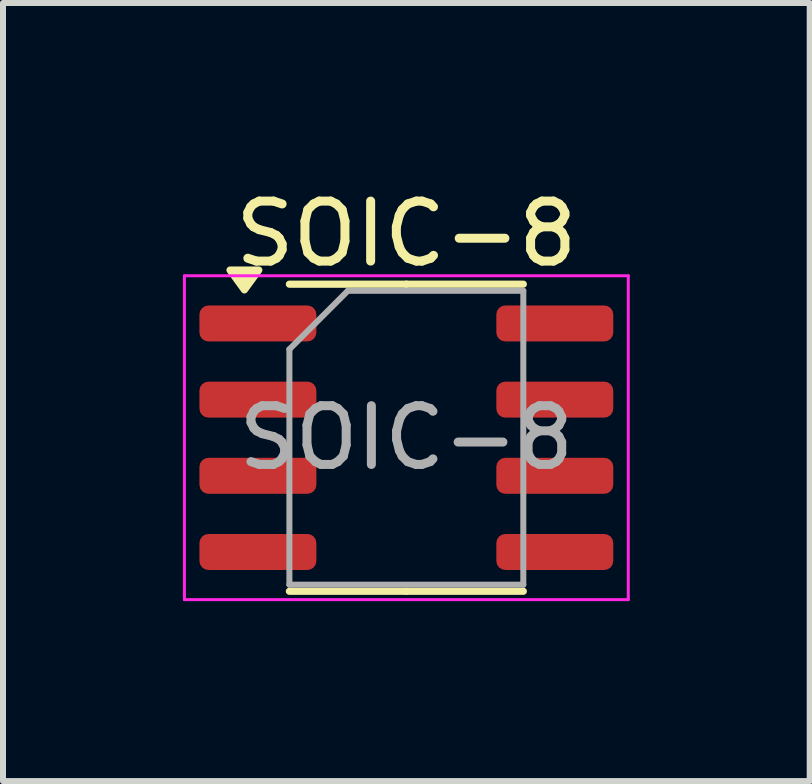
<source format=kicad_pcb>
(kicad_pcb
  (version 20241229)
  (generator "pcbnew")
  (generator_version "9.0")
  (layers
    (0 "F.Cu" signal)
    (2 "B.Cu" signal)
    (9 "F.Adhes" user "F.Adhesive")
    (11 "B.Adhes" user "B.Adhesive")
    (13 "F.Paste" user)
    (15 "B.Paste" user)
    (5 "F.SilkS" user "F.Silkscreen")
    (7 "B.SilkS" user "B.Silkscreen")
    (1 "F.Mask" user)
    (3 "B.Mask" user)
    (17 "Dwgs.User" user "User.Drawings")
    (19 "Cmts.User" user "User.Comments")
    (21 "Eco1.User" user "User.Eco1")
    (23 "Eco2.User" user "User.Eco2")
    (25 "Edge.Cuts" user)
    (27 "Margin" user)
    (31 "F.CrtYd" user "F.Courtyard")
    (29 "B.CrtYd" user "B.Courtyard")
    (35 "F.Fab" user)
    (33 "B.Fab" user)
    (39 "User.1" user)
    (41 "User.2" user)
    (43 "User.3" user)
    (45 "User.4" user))
  (footprint "SOIC-8"
    (layer "F.Cu")
    (at 3.725 4.248)
    (property "Reference" "SOIC-8" (at 0 -3.4 0) (layer "F.SilkS") (effects (font (size 1 1) (thickness 0.15))))
    (attr smd)
    (fp_line (start 0 -2.56) (end -1.95 -2.56) (stroke (width 0.12) (type solid)) (layer "F.SilkS"))
    (fp_line (start 0 -2.56) (end 1.95 -2.56) (stroke (width 0.12) (type solid)) (layer "F.SilkS"))
    (fp_line (start 0 2.56) (end -1.95 2.56) (stroke (width 0.12) (type solid)) (layer "F.SilkS"))
    (fp_line (start 0 2.56) (end 1.95 2.56) (stroke (width 0.12) (type solid)) (layer "F.SilkS"))
    (fp_poly (pts (xy -2.7 -2.465) (xy -2.94 -2.795) (xy -2.46 -2.795) (xy -2.7 -2.465)) (stroke (width 0.12) (type solid)) (fill yes) (layer "F.SilkS"))
    (fp_line (start -3.7 -2.7) (end -3.7 2.7) (stroke (width 0.05) (type solid)) (layer "F.CrtYd"))
    (fp_line (start -3.7 2.7) (end 3.7 2.7) (stroke (width 0.05) (type solid)) (layer "F.CrtYd"))
    (fp_line (start 3.7 -2.7) (end -3.7 -2.7) (stroke (width 0.05) (type solid)) (layer "F.CrtYd"))
    (fp_line (start 3.7 2.7) (end 3.7 -2.7) (stroke (width 0.05) (type solid)) (layer "F.CrtYd"))
    (fp_line (start -1.95 -1.475) (end -0.975 -2.45) (stroke (width 0.1) (type solid)) (layer "F.Fab"))
    (fp_line (start -1.95 2.45) (end -1.95 -1.475) (stroke (width 0.1) (type solid)) (layer "F.Fab"))
    (fp_line (start -0.975 -2.45) (end 1.95 -2.45) (stroke (width 0.1) (type solid)) (layer "F.Fab"))
    (fp_line (start 1.95 -2.45) (end 1.95 2.45) (stroke (width 0.1) (type solid)) (layer "F.Fab"))
    (fp_line (start 1.95 2.45) (end -1.95 2.45) (stroke (width 0.1) (type solid)) (layer "F.Fab"))
    (fp_text user "${REFERENCE}" (at 0 0 0) (layer "F.Fab") (effects (font (size 0.98 0.98) (thickness 0.15))))
    (pad "1" smd roundrect (at -2.475 -1.905) (size 1.95 0.6) (layers "F.Cu" "F.Mask" "F.Paste") (roundrect_rratio 0.25))
    (pad "2" smd roundrect (at -2.475 -0.635) (size 1.95 0.6) (layers "F.Cu" "F.Mask" "F.Paste") (roundrect_rratio 0.25))
    (pad "3" smd roundrect (at -2.475 0.635) (size 1.95 0.6) (layers "F.Cu" "F.Mask" "F.Paste") (roundrect_rratio 0.25))
    (pad "4" smd roundrect (at -2.475 1.905) (size 1.95 0.6) (layers "F.Cu" "F.Mask" "F.Paste") (roundrect_rratio 0.25))
    (pad "5" smd roundrect (at 2.475 1.905) (size 1.95 0.6) (layers "F.Cu" "F.Mask" "F.Paste") (roundrect_rratio 0.25))
    (pad "6" smd roundrect (at 2.475 0.635) (size 1.95 0.6) (layers "F.Cu" "F.Mask" "F.Paste") (roundrect_rratio 0.25))
    (pad "7" smd roundrect (at 2.475 -0.635) (size 1.95 0.6) (layers "F.Cu" "F.Mask" "F.Paste") (roundrect_rratio 0.25))
    (pad "8" smd roundrect (at 2.475 -1.905) (size 1.95 0.6) (layers "F.Cu" "F.Mask" "F.Paste") (roundrect_rratio 0.25)))
  (gr_rect
    (start -3 -3)
    (end 10.45 9.973)
    (stroke (width 0.1) (type default))
    (fill no)
    (layer "Edge.Cuts")))
</source>
